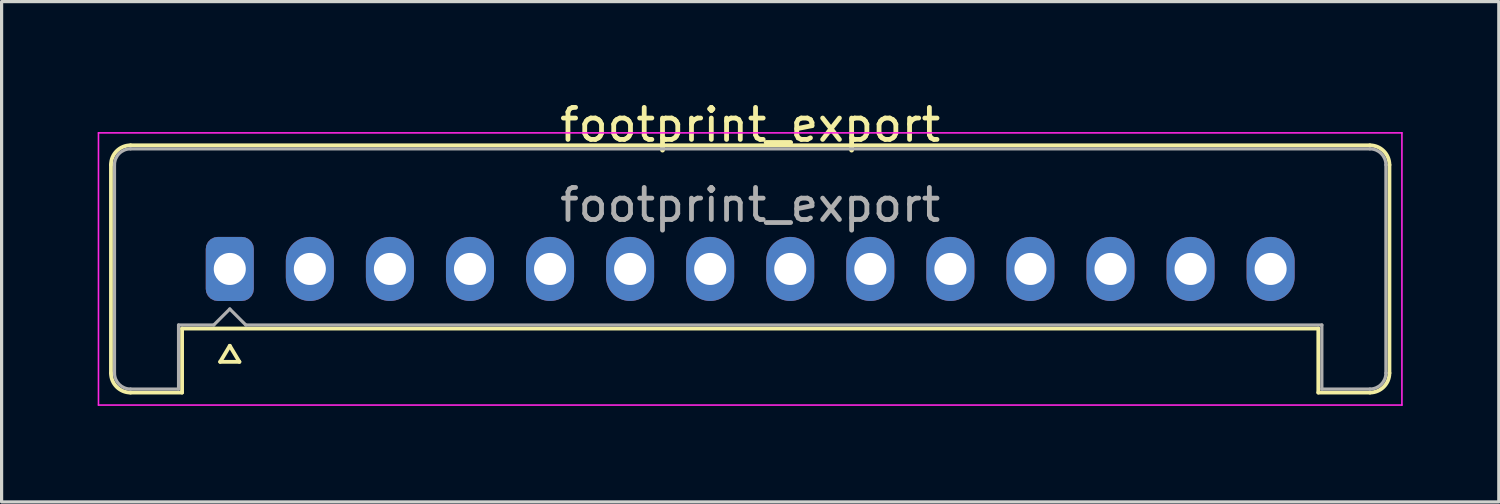
<source format=kicad_pcb>
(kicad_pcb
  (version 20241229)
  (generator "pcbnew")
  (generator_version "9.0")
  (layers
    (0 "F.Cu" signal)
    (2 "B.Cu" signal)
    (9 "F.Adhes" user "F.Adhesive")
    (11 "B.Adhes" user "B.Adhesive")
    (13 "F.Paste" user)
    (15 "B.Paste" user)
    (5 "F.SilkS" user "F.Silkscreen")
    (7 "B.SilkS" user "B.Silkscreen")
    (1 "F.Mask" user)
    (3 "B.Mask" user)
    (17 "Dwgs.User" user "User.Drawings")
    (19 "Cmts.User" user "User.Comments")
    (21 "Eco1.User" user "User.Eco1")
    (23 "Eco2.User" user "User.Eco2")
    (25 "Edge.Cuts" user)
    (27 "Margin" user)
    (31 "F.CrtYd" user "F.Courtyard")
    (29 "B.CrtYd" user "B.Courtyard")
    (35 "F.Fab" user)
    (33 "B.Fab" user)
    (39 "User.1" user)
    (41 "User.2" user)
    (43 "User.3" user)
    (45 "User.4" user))
  (footprint "footprint_export"
    (layer "F.Cu")
    (at 4.125 5.348)
    (property "Reference" "footprint_export" (at 16.25 -4.5 0) (layer "F.SilkS") (effects (font (size 1 1) (thickness 0.15))))
    (attr through_hole)
    (fp_line (start -3.71 -3.25) (end -3.71 3.25) (stroke (width 0.12) (type solid)) (layer "F.SilkS"))
    (fp_line (start -3.1 -3.86) (end 35.6 -3.86) (stroke (width 0.12) (type solid)) (layer "F.SilkS"))
    (fp_line (start -3.1 3.86) (end -1.49 3.86) (stroke (width 0.12) (type solid)) (layer "F.SilkS"))
    (fp_line (start -1.49 1.86) (end 33.99 1.86) (stroke (width 0.12) (type solid)) (layer "F.SilkS"))
    (fp_line (start -1.49 3.86) (end -1.49 1.86) (stroke (width 0.12) (type solid)) (layer "F.SilkS"))
    (fp_line (start -0.3 2.9) (end 0.3 2.9) (stroke (width 0.12) (type solid)) (layer "F.SilkS"))
    (fp_line (start 0 2.4) (end -0.3 2.9) (stroke (width 0.12) (type solid)) (layer "F.SilkS"))
    (fp_line (start 0.3 2.9) (end 0 2.4) (stroke (width 0.12) (type solid)) (layer "F.SilkS"))
    (fp_line (start 33.99 3.86) (end 33.99 1.86) (stroke (width 0.12) (type solid)) (layer "F.SilkS"))
    (fp_line (start 35.6 3.86) (end 33.99 3.86) (stroke (width 0.12) (type solid)) (layer "F.SilkS"))
    (fp_line (start 36.21 -3.25) (end 36.21 3.25) (stroke (width 0.12) (type solid)) (layer "F.SilkS"))
    (fp_arc (start -3.71 -3.25) (mid -3.531335 -3.681335) (end -3.1 -3.86) (stroke (width 0.12) (type solid)) (layer "F.SilkS"))
    (fp_arc (start -3.1 3.86) (mid -3.531335 3.681335) (end -3.71 3.25) (stroke (width 0.12) (type solid)) (layer "F.SilkS"))
    (fp_arc (start 35.6 -3.86) (mid 36.031335 -3.681335) (end 36.21 -3.25) (stroke (width 0.12) (type solid)) (layer "F.SilkS"))
    (fp_arc (start 36.21 3.25) (mid 36.031335 3.681335) (end 35.6 3.86) (stroke (width 0.12) (type solid)) (layer "F.SilkS"))
    (fp_line (start -4.1 -4.25) (end -4.1 4.25) (stroke (width 0.05) (type solid)) (layer "F.CrtYd"))
    (fp_line (start -4.1 4.25) (end 36.6 4.25) (stroke (width 0.05) (type solid)) (layer "F.CrtYd"))
    (fp_line (start 36.6 -4.25) (end -4.1 -4.25) (stroke (width 0.05) (type solid)) (layer "F.CrtYd"))
    (fp_line (start 36.6 4.25) (end 36.6 -4.25) (stroke (width 0.05) (type solid)) (layer "F.CrtYd"))
    (fp_line (start -3.6 -3.25) (end -3.6 3.25) (stroke (width 0.1) (type solid)) (layer "F.Fab"))
    (fp_line (start -3.1 -3.75) (end 35.6 -3.75) (stroke (width 0.1) (type solid)) (layer "F.Fab"))
    (fp_line (start -3.1 3.75) (end -1.6 3.75) (stroke (width 0.1) (type solid)) (layer "F.Fab"))
    (fp_line (start -1.6 1.75) (end -0.5 1.75) (stroke (width 0.1) (type solid)) (layer "F.Fab"))
    (fp_line (start -1.6 3.75) (end -1.6 1.75) (stroke (width 0.1) (type solid)) (layer "F.Fab"))
    (fp_line (start -0.5 1.75) (end 0 1.25) (stroke (width 0.1) (type solid)) (layer "F.Fab"))
    (fp_line (start 0 1.25) (end 0.5 1.75) (stroke (width 0.1) (type solid)) (layer "F.Fab"))
    (fp_line (start 0.5 1.75) (end 34.1 1.75) (stroke (width 0.1) (type solid)) (layer "F.Fab"))
    (fp_line (start 34.1 3.75) (end 34.1 1.75) (stroke (width 0.1) (type solid)) (layer "F.Fab"))
    (fp_line (start 35.6 3.75) (end 34.1 3.75) (stroke (width 0.1) (type solid)) (layer "F.Fab"))
    (fp_line (start 36.1 -3.25) (end 36.1 3.25) (stroke (width 0.1) (type solid)) (layer "F.Fab"))
    (fp_arc (start -3.6 -3.25) (mid -3.453553 -3.603553) (end -3.1 -3.75) (stroke (width 0.1) (type solid)) (layer "F.Fab"))
    (fp_arc (start -3.1 3.75) (mid -3.453553 3.603553) (end -3.6 3.25) (stroke (width 0.1) (type solid)) (layer "F.Fab"))
    (fp_arc (start 35.6 -3.75) (mid 35.953553 -3.603553) (end 36.1 -3.25) (stroke (width 0.1) (type solid)) (layer "F.Fab"))
    (fp_arc (start 36.1 3.25) (mid 35.953553 3.603553) (end 35.6 3.75) (stroke (width 0.1) (type solid)) (layer "F.Fab"))
    (fp_text user "${REFERENCE}" (at 16.25 -2 0) (layer "F.Fab") (effects (font (size 1 1) (thickness 0.15))))
    (pad "1" thru_hole roundrect (at 0 0) (size 1.5 2) (drill 1) (layers "*.Cu" "*.Mask") (roundrect_rratio 0.25))
    (pad "2" thru_hole oval (at 2.5 0) (size 1.5 2) (drill 1) (layers "*.Cu" "*.Mask"))
    (pad "3" thru_hole oval (at 5 0) (size 1.5 2) (drill 1) (layers "*.Cu" "*.Mask"))
    (pad "4" thru_hole oval (at 7.5 0) (size 1.5 2) (drill 1) (layers "*.Cu" "*.Mask"))
    (pad "5" thru_hole oval (at 10 0) (size 1.5 2) (drill 1) (layers "*.Cu" "*.Mask"))
    (pad "6" thru_hole oval (at 12.5 0) (size 1.5 2) (drill 1) (layers "*.Cu" "*.Mask"))
    (pad "7" thru_hole oval (at 15 0) (size 1.5 2) (drill 1) (layers "*.Cu" "*.Mask"))
    (pad "8" thru_hole oval (at 17.5 0) (size 1.5 2) (drill 1) (layers "*.Cu" "*.Mask"))
    (pad "9" thru_hole oval (at 20 0) (size 1.5 2) (drill 1) (layers "*.Cu" "*.Mask"))
    (pad "10" thru_hole oval (at 22.5 0) (size 1.5 2) (drill 1) (layers "*.Cu" "*.Mask"))
    (pad "11" thru_hole oval (at 25 0) (size 1.5 2) (drill 1) (layers "*.Cu" "*.Mask"))
    (pad "12" thru_hole oval (at 27.5 0) (size 1.5 2) (drill 1) (layers "*.Cu" "*.Mask"))
    (pad "13" thru_hole oval (at 30 0) (size 1.5 2) (drill 1) (layers "*.Cu" "*.Mask"))
    (pad "14" thru_hole oval (at 32.5 0) (size 1.5 2) (drill 1) (layers "*.Cu" "*.Mask")))
  (gr_rect
    (start -3 -3)
    (end 43.75 12.623)
    (stroke (width 0.1) (type default))
    (fill no)
    (layer "Edge.Cuts")))
</source>
